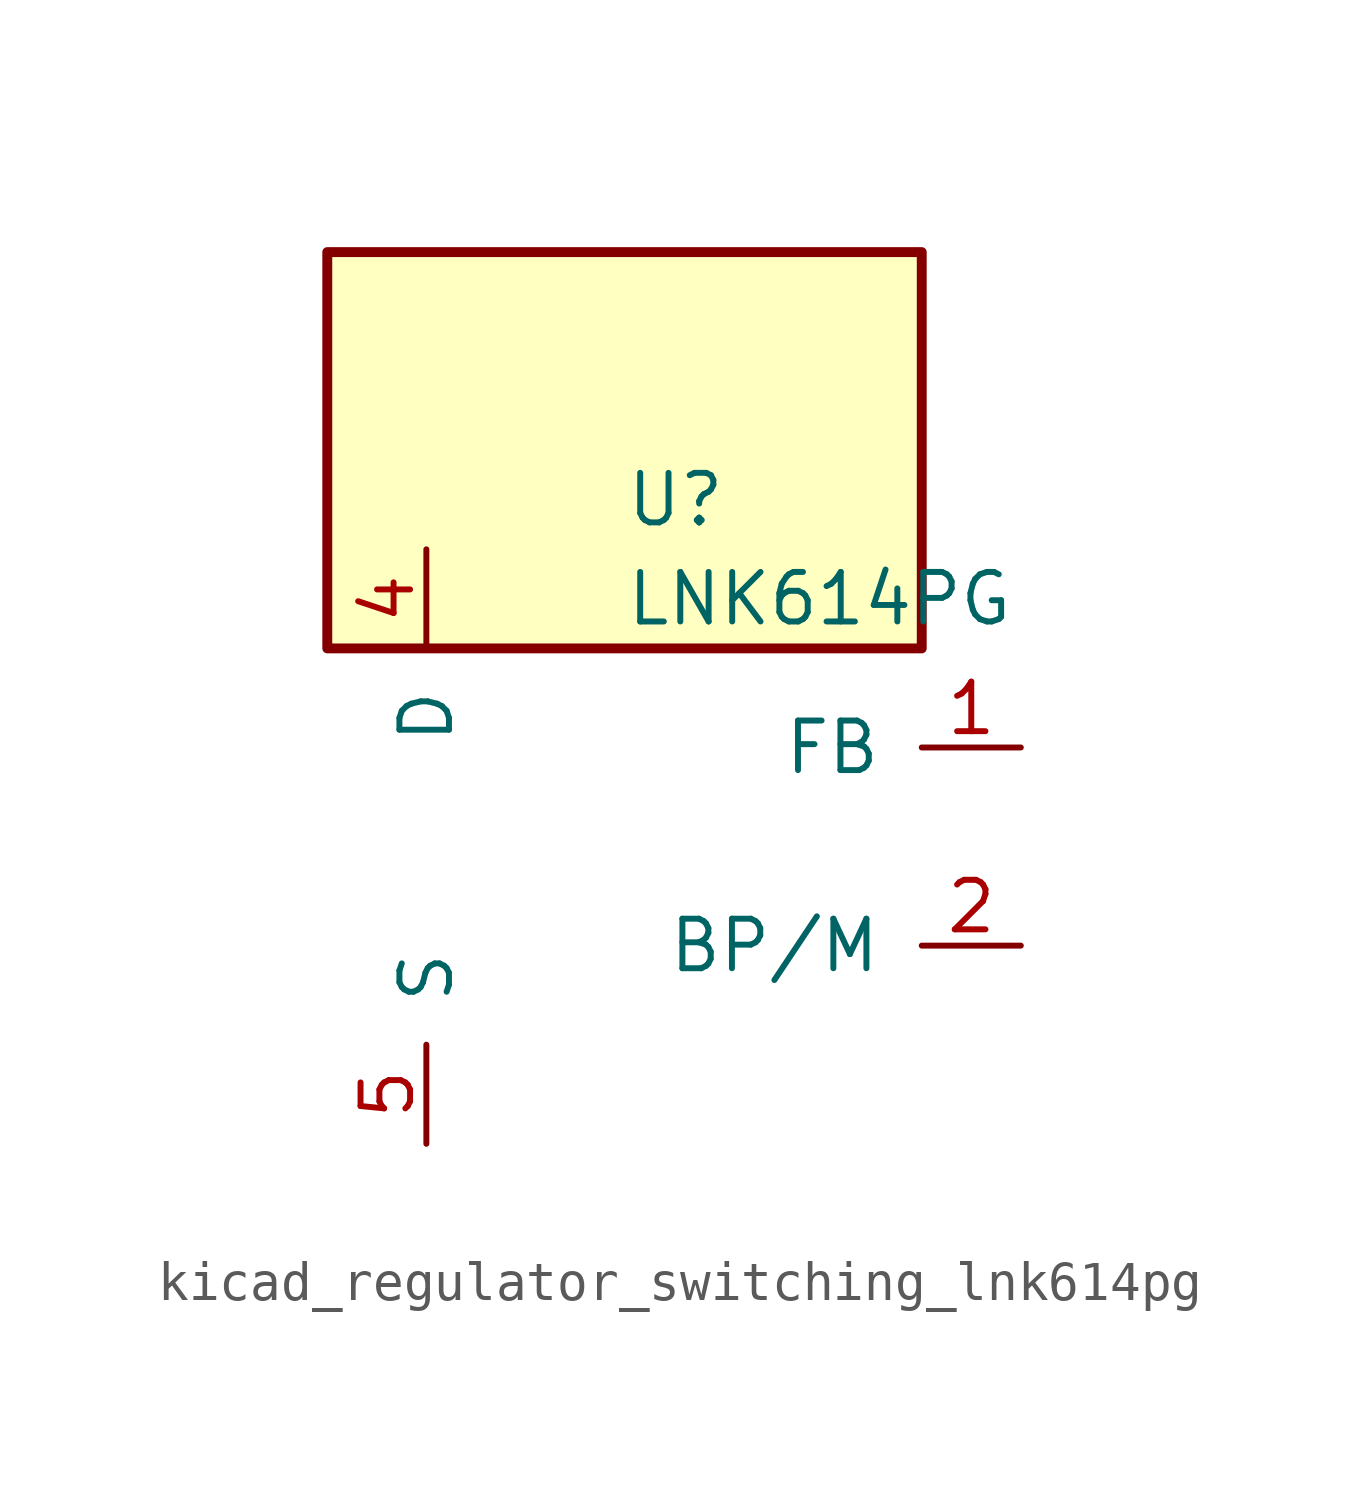
<source format=kicad_sym>
(kicad_symbol_lib
  (version 20220914)
  (generator kicad_symbol_editor)
  (symbol "kicad_regulator_switching_lnk614pg"
    (pin_names
      (offset 1.016))
    (property "Reference" "U"
      (at 0 8.89 0)
      (effects (font (size 1.27 1.27)) (justify left)))
    (property "Value" "LNK614PG"
      (at 0 6.35 0)
      (effects (font (size 1.27 1.27)) (justify left)))
    (symbol "kicad_regulator_switching_lnk614pg_0_1"
      (rectangle (start 7.62 15.24) (end -7.62 5.08) (stroke (width 0.254) (type default)) (fill (type background))))
    (symbol "kicad_regulator_switching_lnk614pg_1_1"
      (pin input line (at 10.16 2.54 180) (length 2.54) (name "FB" (effects (font (size 1.27 1.27)))) (number "1" (effects (font (size 1.27 1.27)))))
      (pin input line (at 10.16 -2.54 180) (length 2.54) (name "BP/M" (effects (font (size 1.27 1.27)))) (number "2" (effects (font (size 1.27 1.27)))))
      (pin open_collector line (at -5.08 7.62 270) (length 2.54) (name "D" (effects (font (size 1.27 1.27)))) (number "4" (effects (font (size 1.27 1.27)))))
      (pin power_in line (at -5.08 -7.62 90) (length 2.54) (name "S" (effects (font (size 1.27 1.27)))) (number "5" (effects (font (size 1.27 1.27)))))
      (pin passive line (at -5.08 -7.62 90) (length 2.54) hide (name "S" (effects (font (size 1.27 1.27)))) (number "6" (effects (font (size 1.27 1.27)))))
      (pin passive line (at -5.08 -7.62 90) (length 2.54) hide (name "S" (effects (font (size 1.27 1.27)))) (number "7" (effects (font (size 1.27 1.27)))))
      (pin passive line (at -5.08 -7.62 90) (length 2.54) hide (name "S" (effects (font (size 1.27 1.27)))) (number "8" (effects (font (size 1.27 1.27))))))))
</source>
